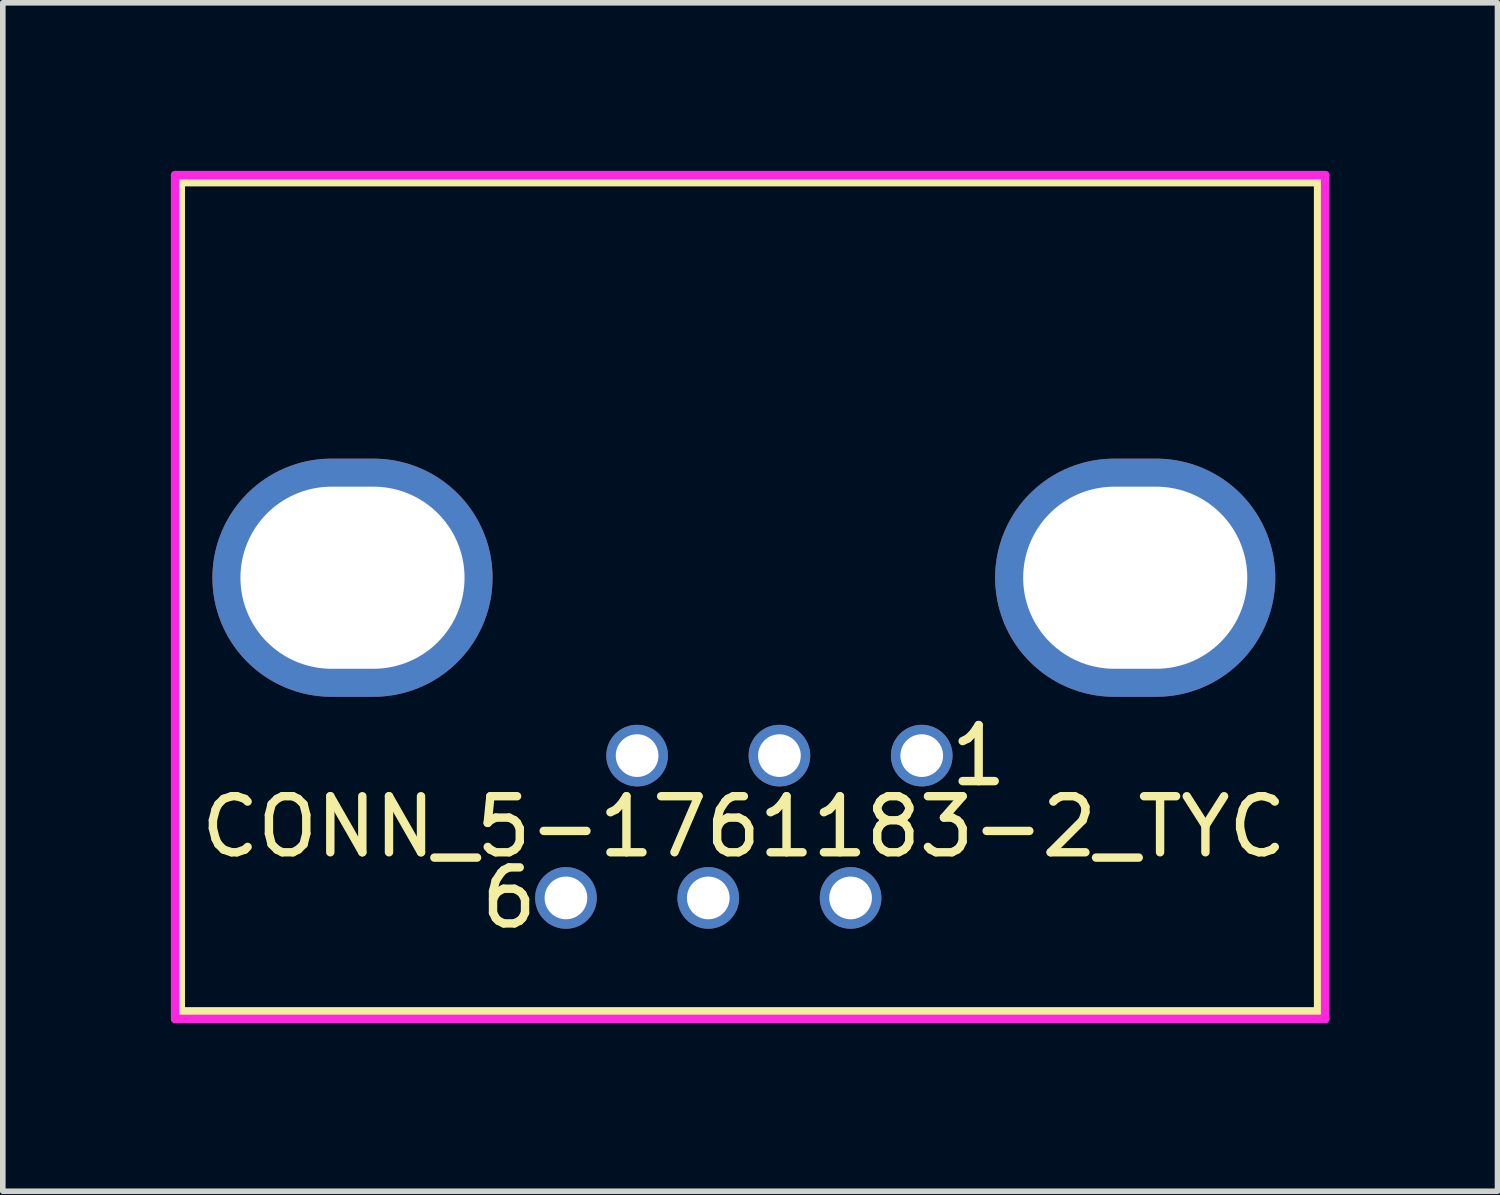
<source format=kicad_pcb>
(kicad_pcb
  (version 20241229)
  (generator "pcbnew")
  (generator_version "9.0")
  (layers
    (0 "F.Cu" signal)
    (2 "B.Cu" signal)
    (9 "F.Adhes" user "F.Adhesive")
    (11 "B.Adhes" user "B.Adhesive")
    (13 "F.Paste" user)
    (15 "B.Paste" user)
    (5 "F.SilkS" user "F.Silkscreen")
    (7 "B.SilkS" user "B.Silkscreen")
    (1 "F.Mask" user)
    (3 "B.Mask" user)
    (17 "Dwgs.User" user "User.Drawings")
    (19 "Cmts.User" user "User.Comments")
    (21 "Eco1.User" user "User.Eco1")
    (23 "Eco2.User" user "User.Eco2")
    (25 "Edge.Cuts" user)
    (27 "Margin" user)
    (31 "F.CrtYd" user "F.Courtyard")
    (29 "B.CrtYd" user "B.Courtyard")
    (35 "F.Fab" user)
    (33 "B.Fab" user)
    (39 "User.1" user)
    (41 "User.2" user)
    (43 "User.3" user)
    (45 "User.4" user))
  (footprint "CONN_5-1761183-2_TYC"
    (layer "F.Cu")
    (at 7.051 12.976)
    (property "Reference" "CONN_5-1761183-2_TYC" (at 3.175 -1.27 0) (unlocked yes) (layer "F.SilkS") (effects (font (size 1 1) (thickness 0.15))))
    (attr through_hole)
    (fp_line (start -6.875 2.025) (end -6.875 -12.775) (stroke (width 0.152) (type default)) (layer "F.SilkS"))
    (fp_line (start -6.875 2.025) (end 13.425 2.025) (stroke (width 0.152) (type solid)) (layer "F.SilkS"))
    (fp_line (start 13.425 -12.775) (end -6.875 -12.775) (stroke (width 0.152) (type default)) (layer "F.SilkS"))
    (fp_line (start 13.425 2.025) (end 13.425 -12.775) (stroke (width 0.152) (type default)) (layer "F.SilkS"))
    (fp_line (start -6.975 -12.9) (end 13.55 -12.9) (stroke (width 0.152) (type default)) (layer "F.CrtYd"))
    (fp_line (start -6.975 2.159) (end -6.975 -12.9) (stroke (width 0.152) (type default)) (layer "F.CrtYd"))
    (fp_line (start -6.975 2.159) (end 13.55 2.159) (stroke (width 0.152) (type solid)) (layer "F.CrtYd"))
    (fp_line (start 13.55 -12.9) (end 13.55 2.159) (stroke (width 0.152) (type default)) (layer "F.CrtYd"))
    (fp_text user "1" (at 7.366 -2.54 0) (unlocked yes) (layer "F.SilkS") (effects (font (size 1 1) (thickness 0.15))))
    (fp_text user "6" (at -1.016 0 0) (unlocked yes) (layer "F.SilkS") (effects (font (size 1 1) (thickness 0.15))))
    (pad "1" thru_hole circle (at 6.35 -2.54) (size 1.1 1.1) (drill 0.762) (layers "*.Cu" "*.Mask"))
    (pad "2" thru_hole circle (at 5.08 0) (size 1.1 1.1) (drill 0.762) (layers "*.Cu" "*.Mask"))
    (pad "3" thru_hole circle (at 3.81 -2.54) (size 1.1 1.1) (drill 0.762) (layers "*.Cu" "*.Mask"))
    (pad "4" thru_hole circle (at 2.54 0) (size 1.1 1.1) (drill 0.762) (layers "*.Cu" "*.Mask"))
    (pad "5" thru_hole circle (at 1.27 -2.54) (size 1.1 1.1) (drill 0.762) (layers "*.Cu" "*.Mask"))
    (pad "6" thru_hole circle (at 0 0) (size 1.1 1.1) (drill 0.762) (layers "*.Cu" "*.Mask"))
    (pad "13" thru_hole oval (at -3.81 -5.715) (size 5 4.25) (drill oval 4 3.25) (layers "*.Cu" "*.Mask"))
    (pad "14" thru_hole oval (at 10.16 -5.715) (size 5 4.25) (drill oval 4 3.25) (layers "*.Cu" "*.Mask")))
  (gr_rect
    (start -3 -3)
    (end 23.677 18.211)
    (stroke (width 0.1) (type default))
    (fill no)
    (layer "Edge.Cuts")))
</source>
